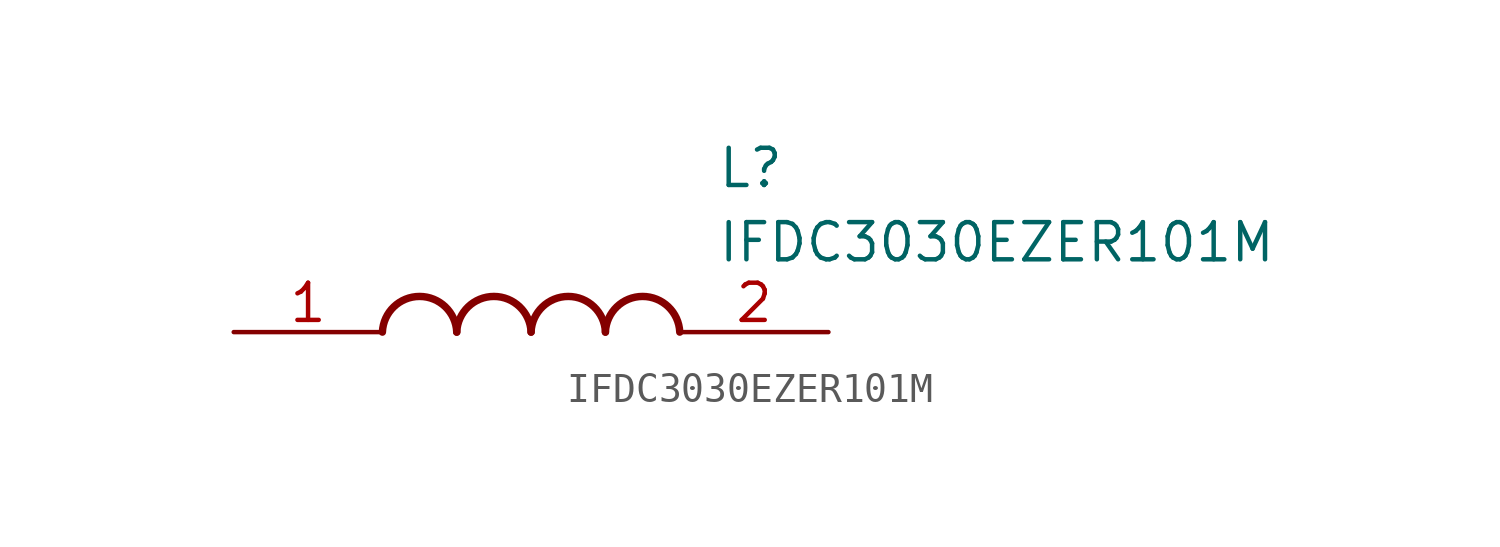
<source format=kicad_sym>
(kicad_symbol_lib
  (version 20211014)
  (generator SamacSys_ECAD_Model)
  (symbol "IFDC3030EZER101M"
    (pin_names hide)
    (property "Reference" "L"
      (at 16.51 6.35 0)
      (effects (font (size 1.27 1.27)) (justify left top)))
    (property "Value" "IFDC3030EZER101M"
      (at 16.51 3.81 0)
      (effects (font (size 1.27 1.27)) (justify left top)))
    (arc
      (start 7.62 0)
      (mid 6.35 1.219)
      (end 5.08 0)
      (stroke (width 0.254) (type default))
      (fill (type none)))
    (arc
      (start 10.16 0)
      (mid 8.89 1.219)
      (end 7.62 0)
      (stroke (width 0.254) (type default))
      (fill (type none)))
    (arc
      (start 12.7 0)
      (mid 11.43 1.219)
      (end 10.16 0)
      (stroke (width 0.254) (type default))
      (fill (type none)))
    (arc
      (start 15.24 0)
      (mid 13.97 1.219)
      (end 12.7 0)
      (stroke (width 0.254) (type default))
      (fill (type none)))
    (pin passive line
      (at 0 0 0)
      (length 5.08)
      (name "1" (effects (font (size 1.27 1.27))))
      (number "1" (effects (font (size 1.27 1.27)))))
    (pin passive line
      (at 20.32 0 180)
      (length 5.08)
      (name "2" (effects (font (size 1.27 1.27))))
      (number "2" (effects (font (size 1.27 1.27)))))))
</source>
